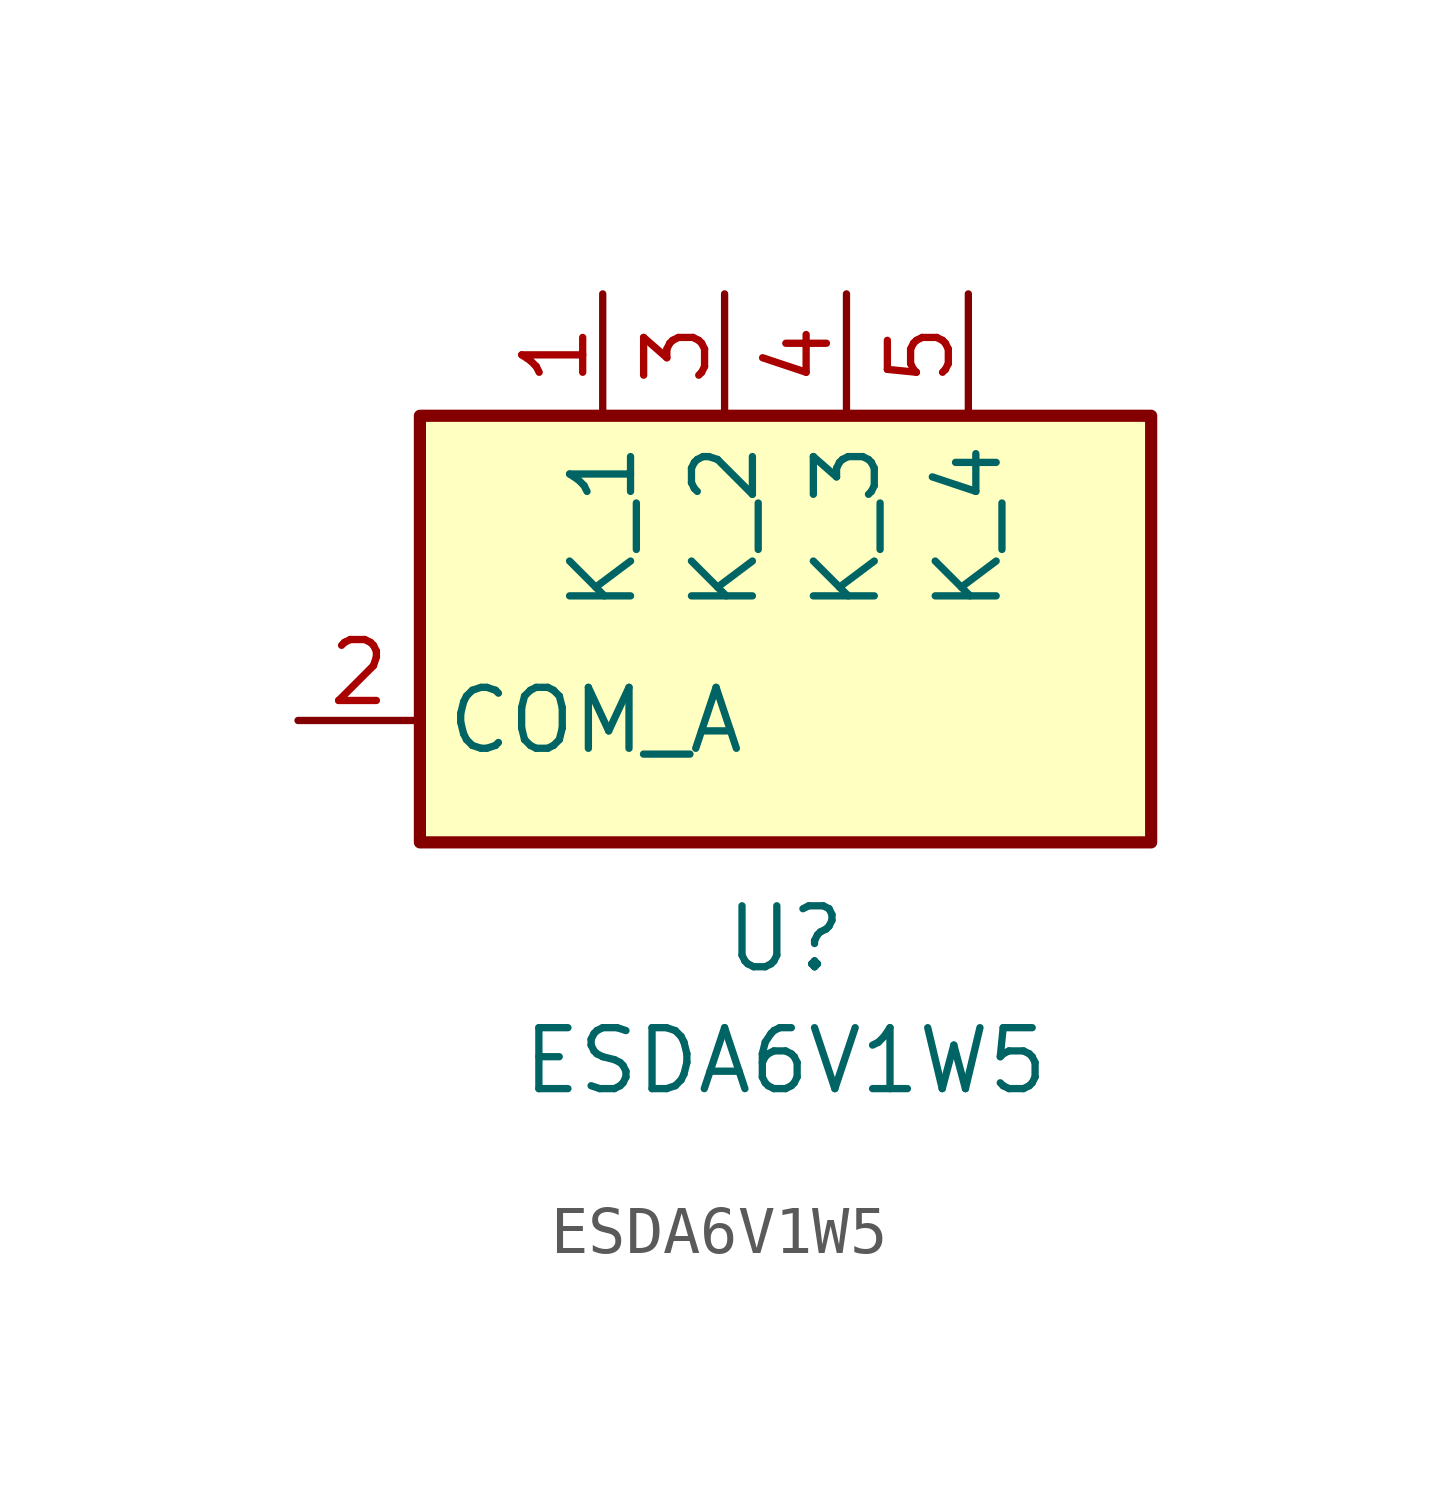
<source format=kicad_sym>
(kicad_symbol_lib
  (version 20220914)
  (generator kicad_symbol_editor)
  (symbol "ESDA6V1W5"
    (property "Reference" "U"
      (at 0 -5.08 0)
      (effects (font (size 1.27 1.27)) (justify top)))
    (property "Value" "ESDA6V1W5"
      (at 0 -7.62 0)
      (effects (font (size 1.27 1.27)) (justify top)))
    (symbol "ESDA6V1W5_1_1"
      (rectangle (start -7.62 5.08) (end 7.62 -3.81) (stroke (width 0.254) (type default)) (fill (type background)))
      (pin passive line (at -3.81 7.62 270) (length 2.54) (name "K_1" (effects (font (size 1.27 1.27)))) (number "1" (effects (font (size 1.27 1.27)))))
      (pin passive line (at -10.16 -1.27 0) (length 2.54) (name "COM_A" (effects (font (size 1.27 1.27)))) (number "2" (effects (font (size 1.27 1.27)))))
      (pin passive line (at -1.27 7.62 270) (length 2.54) (name "K_2" (effects (font (size 1.27 1.27)))) (number "3" (effects (font (size 1.27 1.27)))))
      (pin passive line (at 1.27 7.62 270) (length 2.54) (name "K_3" (effects (font (size 1.27 1.27)))) (number "4" (effects (font (size 1.27 1.27)))))
      (pin passive line (at 3.81 7.62 270) (length 2.54) (name "K_4" (effects (font (size 1.27 1.27)))) (number "5" (effects (font (size 1.27 1.27))))))))
</source>
